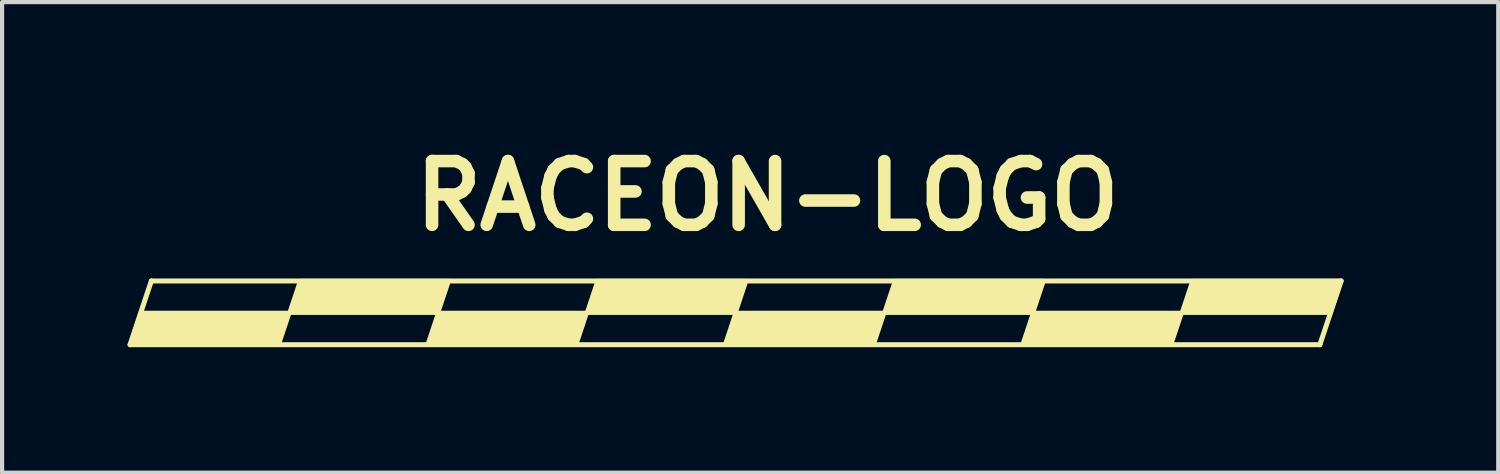
<source format=kicad_pcb>
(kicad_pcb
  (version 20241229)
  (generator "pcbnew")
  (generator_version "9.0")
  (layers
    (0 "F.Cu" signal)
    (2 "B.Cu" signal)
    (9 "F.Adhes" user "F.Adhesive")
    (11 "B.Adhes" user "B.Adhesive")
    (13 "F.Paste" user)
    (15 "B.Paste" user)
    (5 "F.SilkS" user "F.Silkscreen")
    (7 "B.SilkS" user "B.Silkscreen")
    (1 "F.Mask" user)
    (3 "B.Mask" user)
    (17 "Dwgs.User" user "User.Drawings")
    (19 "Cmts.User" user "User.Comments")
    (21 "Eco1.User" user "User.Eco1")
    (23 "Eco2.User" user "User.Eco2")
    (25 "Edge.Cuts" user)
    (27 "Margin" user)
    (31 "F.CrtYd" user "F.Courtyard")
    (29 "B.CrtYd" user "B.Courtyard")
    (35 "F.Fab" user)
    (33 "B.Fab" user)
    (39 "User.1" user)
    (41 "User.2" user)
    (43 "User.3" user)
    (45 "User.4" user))
  (footprint "RACEON-LOGO"
    (layer "F.Cu")
    (at 15.3 1.636)
    (property "Reference" "RACEON-LOGO" (at 0 0 0) (layer "F.SilkS") (effects (font (size 1.524 1.524) (thickness 0.3))))
    (attr through_hole)
    (fp_poly (pts (xy -7.288 -1.627) (xy -6.718 -1.625) (xy -6.493 -0.841) (xy -6.45 -0.693) (xy -6.404 -0.532) (xy -6.355 -0.363) (xy -6.305 -0.189) (xy -6.255 -0.016) (xy -6.206 0.154) (xy -6.16 0.317) (xy -6.116 0.467) (xy -6.078 0.602) (xy -6.072 0.622) (xy -5.876 1.302) (xy -6.427 1.299) (xy -6.977 1.296) (xy -7.086 0.97) (xy -7.112 0.892) (xy -7.136 0.819) (xy -7.158 0.756) (xy -7.175 0.704) (xy -7.189 0.666) (xy -7.196 0.645) (xy -7.198 0.641) (xy -7.205 0.648) (xy -7.223 0.67) (xy -7.251 0.706) (xy -7.288 0.754) (xy -7.332 0.811) (xy -7.381 0.877) (xy -7.435 0.948) (xy -7.45 0.969) (xy -7.698 1.302) (xy -10.394 1.302) (xy -10.221 1.102) (xy -10.195 1.071) (xy -10.155 1.026) (xy -10.104 0.966) (xy -10.041 0.894) (xy -9.968 0.809) (xy -9.886 0.714) (xy -9.795 0.609) (xy -9.717 0.519) (xy -8.595 0.519) (xy -7.912 0.519) (xy -7.794 0.518) (xy -7.682 0.518) (xy -7.579 0.518) (xy -7.485 0.517) (xy -7.404 0.516) (xy -7.335 0.516) (xy -7.282 0.515) (xy -7.247 0.514) (xy -7.23 0.513) (xy -7.228 0.512) (xy -7.232 0.501) (xy -7.24 0.471) (xy -7.254 0.426) (xy -7.273 0.368) (xy -7.294 0.299) (xy -7.319 0.22) (xy -7.346 0.136) (xy -7.374 0.046) (xy -7.403 -0.045) (xy -7.432 -0.135) (xy -7.461 -0.224) (xy -7.487 -0.307) (xy -7.512 -0.383) (xy -7.534 -0.45) (xy -7.552 -0.506) (xy -7.565 -0.547) (xy -7.574 -0.573) (xy -7.577 -0.58) (xy -7.586 -0.575) (xy -7.608 -0.555) (xy -7.645 -0.519) (xy -7.695 -0.466) (xy -7.76 -0.398) (xy -7.838 -0.314) (xy -7.93 -0.214) (xy -8.036 -0.098) (xy -8.055 -0.078) (xy -8.136 0.011) (xy -8.215 0.097) (xy -8.288 0.178) (xy -8.356 0.252) (xy -8.416 0.318) (xy -8.467 0.375) (xy -8.509 0.421) (xy -8.539 0.454) (xy -8.557 0.474) (xy -8.56 0.478) (xy -8.595 0.519) (xy -9.717 0.519) (xy -9.696 0.495) (xy -9.591 0.374) (xy -9.481 0.246) (xy -9.365 0.112) (xy -9.246 -0.026) (xy -9.123 -0.168) (xy -8.998 -0.312) (xy -8.954 -0.364) (xy -7.858 -1.63) (xy -7.288 -1.627)) (stroke (width 0.01) (type solid)) (fill yes) (layer "F.Mask"))
    (fp_poly (pts (xy 1.997 -1.629) (xy 2.152 -1.629) (xy 2.302 -1.629) (xy 2.446 -1.629) (xy 2.582 -1.629) (xy 2.709 -1.628) (xy 2.826 -1.628) (xy 2.93 -1.627) (xy 3.022 -1.626) (xy 3.098 -1.626) (xy 3.159 -1.625) (xy 3.202 -1.624) (xy 3.226 -1.623) (xy 3.231 -1.622) (xy 3.229 -1.61) (xy 3.222 -1.581) (xy 3.209 -1.535) (xy 3.193 -1.477) (xy 3.173 -1.407) (xy 3.15 -1.329) (xy 3.125 -1.244) (xy 3.123 -1.238) (xy 3.011 -0.863) (xy 1.598 -0.857) (xy 0.186 -0.852) (xy 0.152 -0.726) (xy 0.138 -0.675) (xy 0.126 -0.629) (xy 0.117 -0.595) (xy 0.112 -0.575) (xy 0.105 -0.55) (xy 1.412 -0.548) (xy 2.719 -0.545) (xy 2.154 0.222) (xy -0.123 0.222) (xy -0.158 0.357) (xy -0.172 0.409) (xy -0.184 0.453) (xy -0.193 0.486) (xy -0.198 0.504) (xy -0.198 0.505) (xy -0.195 0.507) (xy -0.184 0.509) (xy -0.164 0.511) (xy -0.133 0.512) (xy -0.092 0.513) (xy -0.039 0.514) (xy 0.027 0.515) (xy 0.106 0.516) (xy 0.2 0.517) (xy 0.309 0.517) (xy 0.435 0.518) (xy 0.578 0.518) (xy 0.739 0.518) (xy 0.918 0.519) (xy 1.118 0.519) (xy 1.205 0.519) (xy 1.436 0.519) (xy 1.647 0.519) (xy 1.837 0.519) (xy 2.006 0.52) (xy 2.155 0.521) (xy 2.283 0.521) (xy 2.39 0.522) (xy 2.477 0.524) (xy 2.542 0.525) (xy 2.587 0.526) (xy 2.61 0.528) (xy 2.614 0.529) (xy 2.611 0.542) (xy 2.603 0.572) (xy 2.59 0.617) (xy 2.574 0.675) (xy 2.554 0.744) (xy 2.532 0.82) (xy 2.52 0.86) (xy 2.496 0.942) (xy 2.473 1.02) (xy 2.452 1.091) (xy 2.434 1.153) (xy 2.42 1.201) (xy 2.41 1.233) (xy 2.408 1.241) (xy 2.39 1.302) (xy 0.737 1.3) (xy 0.551 1.3) (xy 0.371 1.3) (xy 0.197 1.299) (xy 0.031 1.299) (xy -0.127 1.299) (xy -0.274 1.298) (xy -0.41 1.298) (xy -0.533 1.297) (xy -0.643 1.297) (xy -0.738 1.296) (xy -0.818 1.296) (xy -0.88 1.295) (xy -0.924 1.295) (xy -0.948 1.294) (xy -0.953 1.294) (xy -1.059 1.275) (xy -1.152 1.244) (xy -1.229 1.201) (xy -1.29 1.148) (xy -1.334 1.085) (xy -1.345 1.06) (xy -1.361 0.997) (xy -1.368 0.922) (xy -1.364 0.841) (xy -1.351 0.762) (xy -1.344 0.736) (xy -1.332 0.693) (xy -1.315 0.634) (xy -1.294 0.56) (xy -1.269 0.474) (xy -1.24 0.377) (xy -1.209 0.272) (xy -1.176 0.159) (xy -1.141 0.042) (xy -1.105 -0.079) (xy -1.069 -0.202) (xy -1.033 -0.324) (xy -0.997 -0.443) (xy -0.962 -0.559) (xy -0.929 -0.669) (xy -0.898 -0.772) (xy -0.869 -0.865) (xy -0.844 -0.947) (xy -0.823 -1.016) (xy -0.806 -1.069) (xy -0.794 -1.107) (xy -0.788 -1.125) (xy -0.73 -1.24) (xy -0.657 -1.342) (xy -0.568 -1.43) (xy -0.467 -1.502) (xy -0.355 -1.557) (xy -0.259 -1.588) (xy -0.213 -1.598) (xy -0.155 -1.607) (xy -0.091 -1.615) (xy -0.042 -1.619) (xy -0.017 -1.621) (xy 0.028 -1.622) (xy 0.09 -1.623) (xy 0.167 -1.624) (xy 0.26 -1.624) (xy 0.365 -1.625) (xy 0.482 -1.626) (xy 0.61 -1.627) (xy 0.747 -1.627) (xy 0.891 -1.628) (xy 1.042 -1.628) (xy 1.197 -1.629) (xy 1.356 -1.629) (xy 1.517 -1.629) (xy 1.678 -1.629) (xy 1.839 -1.629) (xy 1.997 -1.629)) (stroke (width 0.01) (type solid)) (fill yes) (layer "F.Mask"))
    (fp_poly (pts (xy -1.99 -1.63) (xy -1.846 -1.63) (xy -1.71 -1.63) (xy -1.582 -1.629) (xy -1.465 -1.629) (xy -1.36 -1.629) (xy -1.268 -1.628) (xy -1.191 -1.628) (xy -1.13 -1.627) (xy -1.087 -1.626) (xy -1.062 -1.625) (xy -1.056 -1.624) (xy -1.058 -1.613) (xy -1.065 -1.584) (xy -1.077 -1.54) (xy -1.094 -1.481) (xy -1.114 -1.412) (xy -1.137 -1.334) (xy -1.162 -1.249) (xy -1.164 -1.241) (xy -1.278 -0.863) (xy -2.684 -0.86) (xy -2.855 -0.859) (xy -3.02 -0.859) (xy -3.177 -0.858) (xy -3.327 -0.858) (xy -3.467 -0.857) (xy -3.596 -0.856) (xy -3.714 -0.855) (xy -3.818 -0.854) (xy -3.907 -0.854) (xy -3.981 -0.853) (xy -4.038 -0.852) (xy -4.076 -0.851) (xy -4.095 -0.85) (xy -4.097 -0.849) (xy -4.101 -0.838) (xy -4.111 -0.808) (xy -4.125 -0.761) (xy -4.143 -0.699) (xy -4.165 -0.623) (xy -4.19 -0.536) (xy -4.218 -0.438) (xy -4.248 -0.333) (xy -4.28 -0.22) (xy -4.291 -0.18) (xy -4.324 -0.065) (xy -4.354 0.044) (xy -4.383 0.145) (xy -4.409 0.237) (xy -4.432 0.318) (xy -4.451 0.387) (xy -4.466 0.441) (xy -4.477 0.478) (xy -4.483 0.498) (xy -4.483 0.5) (xy -4.483 0.503) (xy -4.481 0.505) (xy -4.475 0.507) (xy -4.465 0.509) (xy -4.449 0.511) (xy -4.427 0.512) (xy -4.397 0.514) (xy -4.359 0.515) (xy -4.311 0.516) (xy -4.252 0.516) (xy -4.182 0.517) (xy -4.098 0.517) (xy -4.001 0.518) (xy -3.888 0.518) (xy -3.76 0.518) (xy -3.615 0.518) (xy -3.452 0.519) (xy -3.269 0.519) (xy -3.08 0.519) (xy -2.91 0.519) (xy -2.745 0.519) (xy -2.587 0.519) (xy -2.438 0.519) (xy -2.298 0.52) (xy -2.169 0.52) (xy -2.052 0.521) (xy -1.949 0.522) (xy -1.86 0.523) (xy -1.787 0.523) (xy -1.73 0.524) (xy -1.692 0.525) (xy -1.674 0.526) (xy -1.672 0.527) (xy -1.675 0.538) (xy -1.683 0.568) (xy -1.696 0.613) (xy -1.713 0.672) (xy -1.734 0.742) (xy -1.757 0.821) (xy -1.782 0.907) (xy -1.785 0.918) (xy -1.898 1.302) (xy -3.55 1.3) (xy -3.736 1.3) (xy -3.917 1.3) (xy -4.092 1.3) (xy -4.26 1.299) (xy -4.419 1.298) (xy -4.568 1.298) (xy -4.705 1.297) (xy -4.831 1.296) (xy -4.943 1.295) (xy -5.04 1.294) (xy -5.122 1.293) (xy -5.186 1.293) (xy -5.233 1.291) (xy -5.259 1.29) (xy -5.265 1.29) (xy -5.353 1.274) (xy -5.426 1.252) (xy -5.486 1.222) (xy -5.54 1.183) (xy -5.553 1.172) (xy -5.605 1.111) (xy -5.64 1.041) (xy -5.656 0.961) (xy -5.655 0.869) (xy -5.652 0.841) (xy -5.647 0.817) (xy -5.636 0.774) (xy -5.62 0.713) (xy -5.599 0.636) (xy -5.573 0.543) (xy -5.543 0.437) (xy -5.509 0.319) (xy -5.472 0.189) (xy -5.431 0.049) (xy -5.388 -0.099) (xy -5.37 -0.159) (xy -5.319 -0.33) (xy -5.274 -0.482) (xy -5.234 -0.617) (xy -5.199 -0.735) (xy -5.167 -0.838) (xy -5.139 -0.927) (xy -5.114 -1.004) (xy -5.091 -1.069) (xy -5.071 -1.125) (xy -5.051 -1.172) (xy -5.033 -1.212) (xy -5.016 -1.245) (xy -4.999 -1.274) (xy -4.981 -1.299) (xy -4.962 -1.323) (xy -4.941 -1.345) (xy -4.919 -1.368) (xy -4.901 -1.387) (xy -4.822 -1.457) (xy -4.738 -1.513) (xy -4.647 -1.556) (xy -4.546 -1.588) (xy -4.431 -1.609) (xy -4.33 -1.619) (xy -4.305 -1.62) (xy -4.261 -1.621) (xy -4.2 -1.622) (xy -4.123 -1.623) (xy -4.032 -1.624) (xy -3.927 -1.625) (xy -3.81 -1.626) (xy -3.682 -1.626) (xy -3.546 -1.627) (xy -3.402 -1.628) (xy -3.252 -1.628) (xy -3.096 -1.629) (xy -2.938 -1.629) (xy -2.777 -1.629) (xy -2.615 -1.63) (xy -2.454 -1.63) (xy -2.296 -1.63) (xy -2.14 -1.63) (xy -1.99 -1.63)) (stroke (width 0.01) (type solid)) (fill yes) (layer "F.Mask"))
    (fp_poly (pts (xy -12.252 -1.627) (xy -12.031 -1.626) (xy -11.831 -1.626) (xy -11.649 -1.625) (xy -11.486 -1.624) (xy -11.339 -1.624) (xy -11.208 -1.623) (xy -11.092 -1.622) (xy -10.989 -1.621) (xy -10.899 -1.62) (xy -10.821 -1.618) (xy -10.752 -1.617) (xy -10.694 -1.615) (xy -10.643 -1.613) (xy -10.6 -1.61) (xy -10.562 -1.607) (xy -10.53 -1.604) (xy -10.502 -1.6) (xy -10.476 -1.596) (xy -10.453 -1.592) (xy -10.43 -1.587) (xy -10.407 -1.581) (xy -10.389 -1.577) (xy -10.291 -1.547) (xy -10.212 -1.51) (xy -10.149 -1.463) (xy -10.1 -1.407) (xy -10.069 -1.352) (xy -10.055 -1.322) (xy -10.047 -1.296) (xy -10.042 -1.268) (xy -10.04 -1.233) (xy -10.04 -1.185) (xy -10.04 -1.164) (xy -10.04 -1.137) (xy -10.041 -1.113) (xy -10.041 -1.092) (xy -10.043 -1.07) (xy -10.046 -1.047) (xy -10.051 -1.019) (xy -10.059 -0.986) (xy -10.069 -0.945) (xy -10.082 -0.895) (xy -10.099 -0.832) (xy -10.12 -0.756) (xy -10.146 -0.664) (xy -10.176 -0.554) (xy -10.19 -0.505) (xy -10.221 -0.394) (xy -10.248 -0.302) (xy -10.271 -0.225) (xy -10.291 -0.162) (xy -10.31 -0.109) (xy -10.328 -0.065) (xy -10.345 -0.026) (xy -10.364 0.009) (xy -10.385 0.044) (xy -10.394 0.059) (xy -10.439 0.123) (xy -10.481 0.176) (xy -10.528 0.223) (xy -10.587 0.273) (xy -10.593 0.278) (xy -10.678 0.338) (xy -10.769 0.389) (xy -10.871 0.431) (xy -10.985 0.466) (xy -11.115 0.494) (xy -11.258 0.515) (xy -11.324 0.524) (xy -10.79 1.042) (xy -10.697 1.132) (xy -10.607 1.22) (xy -10.519 1.304) (xy -10.437 1.384) (xy -10.361 1.458) (xy -10.293 1.523) (xy -10.235 1.579) (xy -10.188 1.625) (xy -10.154 1.658) (xy -10.141 1.669) (xy -10.028 1.777) (xy -10.716 1.777) (xy -11.404 1.776) (xy -12.097 1.148) (xy -12.79 0.52) (xy -13.102 0.522) (xy -13.414 0.524) (xy -13.517 0.873) (xy -13.541 0.957) (xy -13.565 1.036) (xy -13.586 1.108) (xy -13.604 1.169) (xy -13.618 1.217) (xy -13.627 1.25) (xy -13.631 1.262) (xy -13.643 1.302) (xy -14.177 1.302) (xy -14.281 1.302) (xy -14.378 1.301) (xy -14.467 1.301) (xy -14.545 1.3) (xy -14.61 1.299) (xy -14.661 1.298) (xy -14.695 1.297) (xy -14.71 1.296) (xy -14.711 1.295) (xy -14.708 1.285) (xy -14.7 1.255) (xy -14.686 1.208) (xy -14.668 1.144) (xy -14.646 1.066) (xy -14.619 0.975) (xy -14.589 0.872) (xy -14.557 0.758) (xy -14.521 0.635) (xy -14.483 0.504) (xy -14.466 0.444) (xy -13.39 0.444) (xy -13.386 0.446) (xy -13.384 0.444) (xy -13.375 0.432) (xy -13.354 0.406) (xy -13.323 0.366) (xy -13.284 0.315) (xy -13.238 0.255) (xy -13.187 0.187) (xy -13.131 0.113) (xy -13.108 0.082) (xy -12.846 -0.265) (xy -12.241 -0.265) (xy -12.112 -0.265) (xy -11.993 -0.265) (xy -11.885 -0.266) (xy -11.79 -0.268) (xy -11.71 -0.269) (xy -11.645 -0.271) (xy -11.599 -0.273) (xy -11.572 -0.275) (xy -11.57 -0.276) (xy -11.485 -0.296) (xy -11.41 -0.326) (xy -11.348 -0.365) (xy -11.302 -0.41) (xy -11.286 -0.436) (xy -11.271 -0.471) (xy -11.255 -0.517) (xy -11.24 -0.568) (xy -11.226 -0.62) (xy -11.217 -0.666) (xy -11.212 -0.701) (xy -11.213 -0.716) (xy -11.229 -0.752) (xy -11.263 -0.787) (xy -11.31 -0.817) (xy -11.348 -0.833) (xy -11.36 -0.836) (xy -11.374 -0.839) (xy -11.391 -0.842) (xy -11.414 -0.844) (xy -11.444 -0.846) (xy -11.482 -0.848) (xy -11.529 -0.849) (xy -11.588 -0.85) (xy -11.659 -0.851) (xy -11.745 -0.852) (xy -11.846 -0.853) (xy -11.964 -0.854) (xy -12.101 -0.854) (xy -12.214 -0.855) (xy -13.024 -0.858) (xy -13.19 -0.273) (xy -13.221 -0.163) (xy -13.251 -0.057) (xy -13.279 0.042) (xy -13.305 0.133) (xy -13.328 0.214) (xy -13.347 0.282) (xy -13.363 0.335) (xy -13.373 0.372) (xy -13.377 0.386) (xy -13.387 0.424) (xy -13.39 0.444) (xy -14.466 0.444) (xy -14.444 0.367) (xy -14.403 0.225) (xy -14.361 0.08) (xy -14.318 -0.068) (xy -14.275 -0.216) (xy -14.232 -0.363) (xy -14.19 -0.509) (xy -14.149 -0.651) (xy -14.109 -0.788) (xy -14.071 -0.919) (xy -14.036 -1.042) (xy -14.003 -1.156) (xy -13.972 -1.259) (xy -13.946 -1.351) (xy -13.923 -1.429) (xy -13.904 -1.493) (xy -13.89 -1.54) (xy -13.881 -1.57) (xy -13.878 -1.58) (xy -13.862 -1.631) (xy -12.252 -1.627)) (stroke (width 0.01) (type solid)) (fill yes) (layer "F.Mask"))
    (fp_poly (pts (xy 14.223 -1.627) (xy 14.301 -1.627) (xy 14.366 -1.626) (xy 14.417 -1.625) (xy 14.452 -1.624) (xy 14.467 -1.622) (xy 14.468 -1.622) (xy 14.466 -1.611) (xy 14.459 -1.581) (xy 14.446 -1.533) (xy 14.428 -1.469) (xy 14.407 -1.39) (xy 14.381 -1.297) (xy 14.351 -1.192) (xy 14.318 -1.076) (xy 14.282 -0.95) (xy 14.244 -0.816) (xy 14.204 -0.675) (xy 14.161 -0.529) (xy 14.109 -0.349) (xy 14.063 -0.188) (xy 14.021 -0.045) (xy 13.984 0.082) (xy 13.951 0.193) (xy 13.922 0.29) (xy 13.896 0.374) (xy 13.873 0.447) (xy 13.853 0.509) (xy 13.834 0.563) (xy 13.818 0.608) (xy 13.802 0.647) (xy 13.787 0.681) (xy 13.773 0.71) (xy 13.758 0.737) (xy 13.743 0.763) (xy 13.727 0.788) (xy 13.71 0.814) (xy 13.706 0.819) (xy 13.618 0.931) (xy 13.514 1.029) (xy 13.395 1.113) (xy 13.263 1.181) (xy 13.145 1.225) (xy 13.093 1.241) (xy 13.046 1.254) (xy 12.999 1.265) (xy 12.952 1.274) (xy 12.901 1.281) (xy 12.843 1.287) (xy 12.776 1.291) (xy 12.697 1.294) (xy 12.604 1.296) (xy 12.494 1.298) (xy 12.417 1.299) (xy 12.266 1.3) (xy 12.134 1.3) (xy 12.019 1.299) (xy 11.919 1.295) (xy 11.832 1.289) (xy 11.757 1.282) (xy 11.69 1.271) (xy 11.631 1.258) (xy 11.577 1.242) (xy 11.525 1.223) (xy 11.475 1.201) (xy 11.467 1.197) (xy 11.379 1.143) (xy 11.309 1.078) (xy 11.256 1.002) (xy 11.222 0.915) (xy 11.206 0.817) (xy 11.208 0.708) (xy 11.208 0.703) (xy 11.21 0.683) (xy 11.212 0.666) (xy 11.214 0.649) (xy 11.216 0.632) (xy 11.22 0.613) (xy 11.225 0.589) (xy 11.233 0.56) (xy 11.242 0.524) (xy 11.255 0.479) (xy 11.271 0.423) (xy 11.29 0.354) (xy 11.314 0.272) (xy 11.343 0.174) (xy 11.376 0.058) (xy 11.406 -0.042) (xy 11.437 -0.152) (xy 11.467 -0.256) (xy 11.495 -0.354) (xy 11.519 -0.442) (xy 11.541 -0.519) (xy 11.558 -0.584) (xy 11.57 -0.633) (xy 11.578 -0.666) (xy 11.58 -0.68) (xy 11.574 -0.724) (xy 11.55 -0.76) (xy 11.508 -0.79) (xy 11.486 -0.801) (xy 11.445 -0.818) (xy 11.41 -0.824) (xy 11.373 -0.823) (xy 11.297 -0.806) (xy 11.227 -0.772) (xy 11.168 -0.725) (xy 11.124 -0.668) (xy 11.116 -0.652) (xy 11.111 -0.637) (xy 11.101 -0.604) (xy 11.085 -0.553) (xy 11.065 -0.486) (xy 11.041 -0.404) (xy 11.013 -0.31) (xy 10.981 -0.204) (xy 10.947 -0.088) (xy 10.911 0.037) (xy 10.873 0.169) (xy 10.833 0.306) (xy 10.823 0.339) (xy 10.546 1.296) (xy 10.008 1.299) (xy 9.888 1.3) (xy 9.787 1.3) (xy 9.704 1.3) (xy 9.637 1.3) (xy 9.584 1.3) (xy 9.544 1.299) (xy 9.515 1.298) (xy 9.496 1.296) (xy 9.484 1.293) (xy 9.478 1.29) (xy 9.476 1.287) (xy 9.477 1.282) (xy 9.477 1.281) (xy 9.481 1.268) (xy 9.49 1.236) (xy 9.504 1.187) (xy 9.523 1.121) (xy 9.546 1.04) (xy 9.573 0.946) (xy 9.604 0.84) (xy 9.637 0.723) (xy 9.674 0.596) (xy 9.712 0.462) (xy 9.752 0.32) (xy 9.789 0.193) (xy 9.844 -0.001) (xy 9.895 -0.178) (xy 9.942 -0.338) (xy 9.984 -0.481) (xy 10.021 -0.606) (xy 10.053 -0.713) (xy 10.08 -0.802) (xy 10.102 -0.871) (xy 10.119 -0.921) (xy 10.13 -0.952) (xy 10.132 -0.956) (xy 10.204 -1.092) (xy 10.289 -1.211) (xy 10.387 -1.315) (xy 10.499 -1.403) (xy 10.625 -1.477) (xy 10.766 -1.536) (xy 10.922 -1.58) (xy 11.051 -1.605) (xy 11.099 -1.611) (xy 11.164 -1.615) (xy 11.243 -1.619) (xy 11.335 -1.622) (xy 11.434 -1.624) (xy 11.54 -1.625) (xy 11.647 -1.625) (xy 11.754 -1.625) (xy 11.857 -1.623) (xy 11.954 -1.621) (xy 12.04 -1.618) (xy 12.113 -1.614) (xy 12.171 -1.609) (xy 12.197 -1.606) (xy 12.308 -1.584) (xy 12.402 -1.556) (xy 12.482 -1.521) (xy 12.552 -1.477) (xy 12.602 -1.435) (xy 12.662 -1.366) (xy 12.705 -1.288) (xy 12.731 -1.2) (xy 12.739 -1.1) (xy 12.731 -0.989) (xy 12.71 -0.884) (xy 12.704 -0.858) (xy 12.691 -0.813) (xy 12.674 -0.753) (xy 12.653 -0.68) (xy 12.628 -0.594) (xy 12.601 -0.499) (xy 12.571 -0.398) (xy 12.54 -0.291) (xy 12.521 -0.229) (xy 12.484 -0.104) (xy 12.453 0.002) (xy 12.427 0.091) (xy 12.406 0.165) (xy 12.39 0.225) (xy 12.378 0.273) (xy 12.37 0.311) (xy 12.366 0.341) (xy 12.365 0.363) (xy 12.368 0.38) (xy 12.374 0.394) (xy 12.382 0.405) (xy 12.392 0.417) (xy 12.402 0.427) (xy 12.456 0.471) (xy 12.516 0.495) (xy 12.581 0.499) (xy 12.622 0.491) (xy 12.699 0.463) (xy 12.762 0.423) (xy 12.808 0.372) (xy 12.836 0.313) (xy 12.842 0.288) (xy 12.846 0.273) (xy 12.855 0.238) (xy 12.87 0.186) (xy 12.89 0.119) (xy 12.913 0.037) (xy 12.941 -0.058) (xy 12.972 -0.164) (xy 13.006 -0.28) (xy 13.043 -0.405) (xy 13.082 -0.536) (xy 13.122 -0.672) (xy 13.127 -0.688) (xy 13.405 -1.625) (xy 13.933 -1.627) (xy 14.037 -1.628) (xy 14.134 -1.628) (xy 14.223 -1.627)) (stroke (width 0.01) (type solid)) (fill yes) (layer "F.Mask"))
    (fp_poly (pts (xy 7.811 -1.624) (xy 8.002 -1.624) (xy 8.173 -1.624) (xy 8.326 -1.624) (xy 8.461 -1.624) (xy 8.58 -1.624) (xy 8.683 -1.623) (xy 8.773 -1.623) (xy 8.85 -1.622) (xy 8.916 -1.621) (xy 8.971 -1.62) (xy 9.018 -1.619) (xy 9.056 -1.617) (xy 9.088 -1.615) (xy 9.115 -1.613) (xy 9.138 -1.611) (xy 9.157 -1.609) (xy 9.173 -1.606) (xy 9.279 -1.584) (xy 9.376 -1.556) (xy 9.46 -1.522) (xy 9.502 -1.5) (xy 9.561 -1.457) (xy 9.616 -1.404) (xy 9.662 -1.345) (xy 9.693 -1.288) (xy 9.695 -1.284) (xy 9.712 -1.223) (xy 9.722 -1.149) (xy 9.725 -1.071) (xy 9.72 -0.994) (xy 9.716 -0.967) (xy 9.711 -0.944) (xy 9.701 -0.904) (xy 9.686 -0.846) (xy 9.667 -0.774) (xy 9.644 -0.689) (xy 9.618 -0.592) (xy 9.589 -0.487) (xy 9.558 -0.373) (xy 9.525 -0.255) (xy 9.502 -0.175) (xy 9.457 -0.013) (xy 9.416 0.13) (xy 9.381 0.253) (xy 9.35 0.358) (xy 9.324 0.446) (xy 9.302 0.517) (xy 9.284 0.571) (xy 9.269 0.611) (xy 9.261 0.631) (xy 9.186 0.769) (xy 9.098 0.891) (xy 8.997 0.997) (xy 8.882 1.086) (xy 8.754 1.16) (xy 8.612 1.217) (xy 8.455 1.26) (xy 8.284 1.287) (xy 8.236 1.291) (xy 8.208 1.293) (xy 8.16 1.294) (xy 8.094 1.295) (xy 8.012 1.296) (xy 7.917 1.297) (xy 7.809 1.298) (xy 7.69 1.299) (xy 7.562 1.299) (xy 7.427 1.3) (xy 7.286 1.3) (xy 7.141 1.3) (xy 6.994 1.3) (xy 6.846 1.3) (xy 6.7 1.3) (xy 6.556 1.299) (xy 6.417 1.299) (xy 6.284 1.298) (xy 6.16 1.298) (xy 6.044 1.297) (xy 5.941 1.296) (xy 5.85 1.295) (xy 5.775 1.294) (xy 5.715 1.292) (xy 5.674 1.291) (xy 5.657 1.29) (xy 5.522 1.27) (xy 5.402 1.238) (xy 5.299 1.194) (xy 5.213 1.138) (xy 5.144 1.071) (xy 5.092 0.994) (xy 5.058 0.906) (xy 5.043 0.809) (xy 5.046 0.701) (xy 5.047 0.694) (xy 5.052 0.667) (xy 5.062 0.622) (xy 5.077 0.56) (xy 5.096 0.485) (xy 5.119 0.397) (xy 5.14 0.317) (xy 6.212 0.317) (xy 6.221 0.379) (xy 6.248 0.43) (xy 6.293 0.469) (xy 6.356 0.498) (xy 6.413 0.511) (xy 6.432 0.513) (xy 6.469 0.514) (xy 6.524 0.515) (xy 6.593 0.515) (xy 6.675 0.516) (xy 6.768 0.517) (xy 6.869 0.517) (xy 6.976 0.517) (xy 7.088 0.517) (xy 7.201 0.517) (xy 7.315 0.517) (xy 7.427 0.516) (xy 7.534 0.516) (xy 7.636 0.515) (xy 7.728 0.514) (xy 7.811 0.513) (xy 7.88 0.512) (xy 7.935 0.511) (xy 7.973 0.51) (xy 7.992 0.509) (xy 7.992 0.509) (xy 8.057 0.496) (xy 8.108 0.482) (xy 8.149 0.465) (xy 8.181 0.446) (xy 8.214 0.419) (xy 8.243 0.385) (xy 8.265 0.35) (xy 8.276 0.322) (xy 8.276 0.317) (xy 8.278 0.309) (xy 8.283 0.289) (xy 8.291 0.259) (xy 8.303 0.216) (xy 8.32 0.16) (xy 8.341 0.089) (xy 8.367 0.003) (xy 8.398 -0.099) (xy 8.435 -0.219) (xy 8.477 -0.358) (xy 8.511 -0.469) (xy 8.535 -0.548) (xy 8.552 -0.61) (xy 8.563 -0.658) (xy 8.567 -0.695) (xy 8.566 -0.722) (xy 8.558 -0.744) (xy 8.544 -0.763) (xy 8.525 -0.782) (xy 8.525 -0.782) (xy 8.485 -0.809) (xy 8.433 -0.83) (xy 8.367 -0.844) (xy 8.284 -0.853) (xy 8.258 -0.854) (xy 8.14 -0.86) (xy 8.15 -0.887) (xy 8.159 -0.914) (xy 8.168 -0.949) (xy 8.171 -0.96) (xy 8.175 -1.003) (xy 8.165 -1.034) (xy 8.137 -1.058) (xy 8.119 -1.067) (xy 8.107 -1.072) (xy 8.09 -1.075) (xy 8.066 -1.079) (xy 8.034 -1.081) (xy 7.992 -1.083) (xy 7.936 -1.085) (xy 7.866 -1.086) (xy 7.778 -1.087) (xy 7.686 -1.088) (xy 7.566 -1.089) (xy 7.465 -1.089) (xy 7.382 -1.088) (xy 7.314 -1.086) (xy 7.26 -1.083) (xy 7.217 -1.079) (xy 7.184 -1.073) (xy 7.159 -1.065) (xy 7.139 -1.056) (xy 7.124 -1.044) (xy 7.122 -1.042) (xy 7.081 -0.988) (xy 7.052 -0.917) (xy 7.049 -0.904) (xy 7.038 -0.86) (xy 6.908 -0.854) (xy 6.804 -0.845) (xy 6.718 -0.827) (xy 6.647 -0.8) (xy 6.588 -0.762) (xy 6.541 -0.713) (xy 6.513 -0.672) (xy 6.504 -0.651) (xy 6.49 -0.613) (xy 6.472 -0.56) (xy 6.45 -0.494) (xy 6.426 -0.419) (xy 6.4 -0.336) (xy 6.373 -0.249) (xy 6.345 -0.16) (xy 6.319 -0.071) (xy 6.293 0.014) (xy 6.27 0.094) (xy 6.25 0.166) (xy 6.233 0.227) (xy 6.221 0.275) (xy 6.214 0.306) (xy 6.212 0.317) (xy 5.14 0.317) (xy 5.144 0.3) (xy 5.173 0.195) (xy 5.203 0.084) (xy 5.234 -0.03) (xy 5.266 -0.146) (xy 5.298 -0.261) (xy 5.33 -0.374) (xy 5.36 -0.482) (xy 5.389 -0.583) (xy 5.416 -0.675) (xy 5.44 -0.756) (xy 5.46 -0.824) (xy 5.477 -0.877) (xy 5.489 -0.912) (xy 5.492 -0.92) (xy 5.56 -1.058) (xy 5.643 -1.182) (xy 5.741 -1.291) (xy 5.853 -1.385) (xy 5.981 -1.463) (xy 6.123 -1.527) (xy 6.279 -1.575) (xy 6.434 -1.606) (xy 6.454 -1.609) (xy 6.475 -1.611) (xy 6.499 -1.614) (xy 6.527 -1.616) (xy 6.56 -1.617) (xy 6.6 -1.619) (xy 6.646 -1.62) (xy 6.702 -1.621) (xy 6.768 -1.622) (xy 6.845 -1.623) (xy 6.935 -1.623) (xy 7.038 -1.624) (xy 7.156 -1.624) (xy 7.291 -1.624) (xy 7.442 -1.624) (xy 7.613 -1.624) (xy 7.803 -1.624) (xy 7.811 -1.624)) (stroke (width 0.01) (type solid)) (fill yes) (layer "F.Mask"))
    (fp_line (start -15.24 3.556) (end -14.732 2.032) (stroke (width 0.12) (type solid)) (layer "F.SilkS"))
    (fp_line (start -14.732 2.032) (end 13.716 2.032) (stroke (width 0.12) (type solid)) (layer "F.SilkS"))
    (fp_line (start 13.208 3.556) (end -15.24 3.556) (stroke (width 0.12) (type solid)) (layer "F.SilkS"))
    (fp_line (start 13.716 2.032) (end 13.208 3.556) (stroke (width 0.12) (type solid)) (layer "F.SilkS"))
    (fp_poly (pts (xy -14.986 2.794) (xy -15.24 3.556) (xy -11.684 3.556) (xy -11.43 2.794)) (stroke (width 0.1) (type solid)) (fill yes) (layer "F.SilkS"))
    (fp_poly (pts (xy -11.176 2.032) (xy -11.43 2.794) (xy -7.874 2.794) (xy -7.62 2.032)) (stroke (width 0.1) (type solid)) (fill yes) (layer "F.SilkS"))
    (fp_poly (pts (xy -7.874 2.794) (xy -8.128 3.556) (xy -4.572 3.556) (xy -4.318 2.794)) (stroke (width 0.1) (type solid)) (fill yes) (layer "F.SilkS"))
    (fp_poly (pts (xy -4.064 2.032) (xy -4.318 2.794) (xy -0.762 2.794) (xy -0.508 2.032)) (stroke (width 0.1) (type solid)) (fill yes) (layer "F.SilkS"))
    (fp_poly (pts (xy -0.762 2.794) (xy -1.016 3.556) (xy 2.54 3.556) (xy 2.794 2.794)) (stroke (width 0.1) (type solid)) (fill yes) (layer "F.SilkS"))
    (fp_poly (pts (xy 3.048 2.032) (xy 2.794 2.794) (xy 6.35 2.794) (xy 6.604 2.032)) (stroke (width 0.1) (type solid)) (fill yes) (layer "F.SilkS"))
    (fp_poly (pts (xy 6.35 2.794) (xy 6.096 3.556) (xy 9.652 3.556) (xy 9.906 2.794)) (stroke (width 0.1) (type solid)) (fill yes) (layer "F.SilkS"))
    (fp_poly (pts (xy 10.16 2.032) (xy 9.906 2.794) (xy 13.462 2.794) (xy 13.716 2.032)) (stroke (width 0.1) (type solid)) (fill yes) (layer "F.SilkS")))
  (gr_rect
    (start -3 -3)
    (end 32.773 8.252)
    (stroke (width 0.1) (type default))
    (fill no)
    (layer "Edge.Cuts")))
</source>
